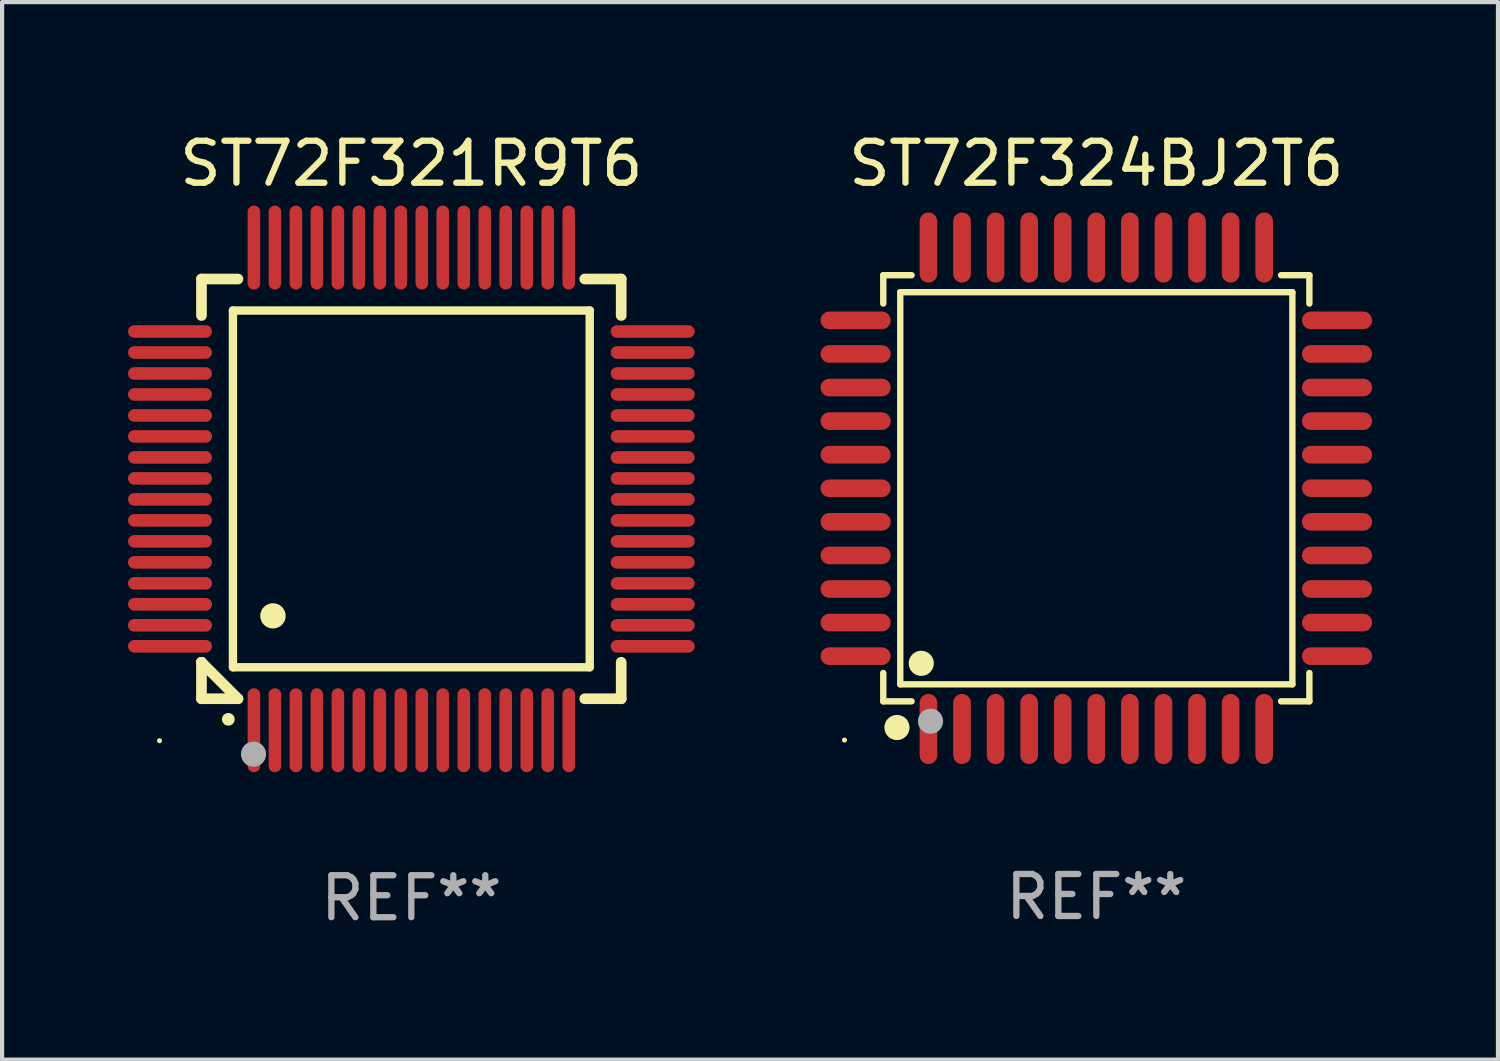
<source format=kicad_pcb>
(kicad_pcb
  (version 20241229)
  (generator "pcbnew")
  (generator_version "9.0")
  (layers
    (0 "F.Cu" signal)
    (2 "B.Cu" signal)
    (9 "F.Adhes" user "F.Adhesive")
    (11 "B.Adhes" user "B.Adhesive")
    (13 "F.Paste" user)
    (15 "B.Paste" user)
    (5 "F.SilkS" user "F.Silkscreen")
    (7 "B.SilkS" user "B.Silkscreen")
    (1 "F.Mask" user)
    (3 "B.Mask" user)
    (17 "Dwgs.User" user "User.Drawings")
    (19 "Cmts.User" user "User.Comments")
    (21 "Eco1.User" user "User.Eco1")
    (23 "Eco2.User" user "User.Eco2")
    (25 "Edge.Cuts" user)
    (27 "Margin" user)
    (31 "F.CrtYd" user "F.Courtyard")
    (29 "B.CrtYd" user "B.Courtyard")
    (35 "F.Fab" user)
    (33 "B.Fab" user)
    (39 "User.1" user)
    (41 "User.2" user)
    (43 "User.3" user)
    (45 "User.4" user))
  (footprint "ST72F321R9T6"
    (layer "F.Cu")
    (at 6.75 8.598)
    (property "Reference" "ST72F321R9T6" (at 0 -7.75 0) (layer "F.SilkS") (effects (font (size 1 1) (thickness 0.15))))
    (attr through_hole)
    (fp_line (start -5 -5) (end -4.131 -5) (stroke (width 0.254) (type solid)) (layer "F.SilkS"))
    (fp_line (start -5 -4.131) (end -5 -5) (stroke (width 0.254) (type solid)) (layer "F.SilkS"))
    (fp_line (start -5 4.131) (end -5 4.131) (stroke (width 0.254) (type solid)) (layer "F.SilkS"))
    (fp_line (start -5 5) (end -5 4.131) (stroke (width 0.254) (type solid)) (layer "F.SilkS"))
    (fp_line (start -5 4.131) (end -4.131 5) (stroke (width 0.254) (type solid)) (layer "F.SilkS"))
    (fp_line (start -4.25 -4.25) (end -4.25 4.25) (stroke (width 0.2) (type solid)) (layer "F.SilkS"))
    (fp_line (start -4.25 4.25) (end 4.25 4.25) (stroke (width 0.2) (type solid)) (layer "F.SilkS"))
    (fp_line (start -4.131 5) (end -5 5) (stroke (width 0.254) (type solid)) (layer "F.SilkS"))
    (fp_line (start 4.25 -4.25) (end -4.25 -4.25) (stroke (width 0.2) (type solid)) (layer "F.SilkS"))
    (fp_line (start 4.25 4.25) (end 4.25 -4.25) (stroke (width 0.2) (type solid)) (layer "F.SilkS"))
    (fp_line (start 5 -5) (end 4.131 -5) (stroke (width 0.254) (type solid)) (layer "F.SilkS"))
    (fp_line (start 5 -5) (end 5 -4.131) (stroke (width 0.254) (type solid)) (layer "F.SilkS"))
    (fp_line (start 5 4.131) (end 5 5) (stroke (width 0.254) (type solid)) (layer "F.SilkS"))
    (fp_line (start 5 5) (end 4.131 5) (stroke (width 0.254) (type solid)) (layer "F.SilkS"))
    (fp_arc (start -4.361265 5.489992) (mid -4.359995 5.489987) (end -4.358725 5.489992) (stroke (width 0.3) (type solid)) (layer "F.SilkS"))
    (fp_arc (start -3.299467 3.025146) (mid -3.296927 3.025135) (end -3.294387 3.025146) (stroke (width 0.6) (type solid)) (layer "F.SilkS"))
    (fp_circle (center -6 6) (end -5.97 6) (stroke (width 0.06) (type solid)) (fill no) (layer "F.SilkS"))
    (fp_circle (center -3.76 6.32) (end -3.61 6.32) (stroke (width 0.3) (type solid)) (fill no) (layer "F.Fab"))
    (fp_text user "REF**" (at 0 9.75 0) (layer "F.Fab") (effects (font (size 1 1) (thickness 0.15))))
    (pad "1" smd oval (at -3.75 5.75) (size 0.3 2) (layers "F.Cu" "F.Mask" "F.Paste"))
    (pad "2" smd oval (at -3.25 5.75) (size 0.3 2) (layers "F.Cu" "F.Mask" "F.Paste"))
    (pad "3" smd oval (at -2.75 5.75) (size 0.3 2) (layers "F.Cu" "F.Mask" "F.Paste"))
    (pad "4" smd oval (at -2.25 5.75) (size 0.3 2) (layers "F.Cu" "F.Mask" "F.Paste"))
    (pad "5" smd oval (at -1.75 5.75) (size 0.3 2) (layers "F.Cu" "F.Mask" "F.Paste"))
    (pad "6" smd oval (at -1.25 5.75) (size 0.3 2) (layers "F.Cu" "F.Mask" "F.Paste"))
    (pad "7" smd oval (at -0.75 5.75) (size 0.3 2) (layers "F.Cu" "F.Mask" "F.Paste"))
    (pad "8" smd oval (at -0.25 5.75) (size 0.3 2) (layers "F.Cu" "F.Mask" "F.Paste"))
    (pad "9" smd oval (at 0.25 5.75) (size 0.3 2) (layers "F.Cu" "F.Mask" "F.Paste"))
    (pad "10" smd oval (at 0.75 5.75) (size 0.3 2) (layers "F.Cu" "F.Mask" "F.Paste"))
    (pad "11" smd oval (at 1.25 5.75) (size 0.3 2) (layers "F.Cu" "F.Mask" "F.Paste"))
    (pad "12" smd oval (at 1.75 5.75) (size 0.3 2) (layers "F.Cu" "F.Mask" "F.Paste"))
    (pad "13" smd oval (at 2.25 5.75) (size 0.3 2) (layers "F.Cu" "F.Mask" "F.Paste"))
    (pad "14" smd oval (at 2.75 5.75) (size 0.3 2) (layers "F.Cu" "F.Mask" "F.Paste"))
    (pad "15" smd oval (at 3.25 5.75) (size 0.3 2) (layers "F.Cu" "F.Mask" "F.Paste"))
    (pad "16" smd oval (at 3.75 5.75) (size 0.3 2) (layers "F.Cu" "F.Mask" "F.Paste"))
    (pad "17" smd oval (at 5.75 3.75) (size 2 0.3) (layers "F.Cu" "F.Mask" "F.Paste"))
    (pad "18" smd oval (at 5.75 3.25) (size 2 0.3) (layers "F.Cu" "F.Mask" "F.Paste"))
    (pad "19" smd oval (at 5.75 2.75) (size 2 0.3) (layers "F.Cu" "F.Mask" "F.Paste"))
    (pad "20" smd oval (at 5.75 2.25) (size 2 0.3) (layers "F.Cu" "F.Mask" "F.Paste"))
    (pad "21" smd oval (at 5.75 1.75) (size 2 0.3) (layers "F.Cu" "F.Mask" "F.Paste"))
    (pad "22" smd oval (at 5.75 1.25) (size 2 0.3) (layers "F.Cu" "F.Mask" "F.Paste"))
    (pad "23" smd oval (at 5.75 0.75) (size 2 0.3) (layers "F.Cu" "F.Mask" "F.Paste"))
    (pad "24" smd oval (at 5.75 0.25) (size 2 0.3) (layers "F.Cu" "F.Mask" "F.Paste"))
    (pad "25" smd oval (at 5.75 -0.25) (size 2 0.3) (layers "F.Cu" "F.Mask" "F.Paste"))
    (pad "26" smd oval (at 5.75 -0.75) (size 2 0.3) (layers "F.Cu" "F.Mask" "F.Paste"))
    (pad "27" smd oval (at 5.75 -1.25) (size 2 0.3) (layers "F.Cu" "F.Mask" "F.Paste"))
    (pad "28" smd oval (at 5.75 -1.75) (size 2 0.3) (layers "F.Cu" "F.Mask" "F.Paste"))
    (pad "29" smd oval (at 5.75 -2.25) (size 2 0.3) (layers "F.Cu" "F.Mask" "F.Paste"))
    (pad "30" smd oval (at 5.75 -2.75) (size 2 0.3) (layers "F.Cu" "F.Mask" "F.Paste"))
    (pad "31" smd oval (at 5.75 -3.25) (size 2 0.3) (layers "F.Cu" "F.Mask" "F.Paste"))
    (pad "32" smd oval (at 5.75 -3.75) (size 2 0.3) (layers "F.Cu" "F.Mask" "F.Paste"))
    (pad "33" smd oval (at 3.75 -5.75) (size 0.3 2) (layers "F.Cu" "F.Mask" "F.Paste"))
    (pad "34" smd oval (at 3.25 -5.75) (size 0.3 2) (layers "F.Cu" "F.Mask" "F.Paste"))
    (pad "35" smd oval (at 2.75 -5.75) (size 0.3 2) (layers "F.Cu" "F.Mask" "F.Paste"))
    (pad "36" smd oval (at 2.25 -5.75) (size 0.3 2) (layers "F.Cu" "F.Mask" "F.Paste"))
    (pad "37" smd oval (at 1.75 -5.75) (size 0.3 2) (layers "F.Cu" "F.Mask" "F.Paste"))
    (pad "38" smd oval (at 1.25 -5.75) (size 0.3 2) (layers "F.Cu" "F.Mask" "F.Paste"))
    (pad "39" smd oval (at 0.75 -5.75) (size 0.3 2) (layers "F.Cu" "F.Mask" "F.Paste"))
    (pad "40" smd oval (at 0.25 -5.75) (size 0.3 2) (layers "F.Cu" "F.Mask" "F.Paste"))
    (pad "41" smd oval (at -0.25 -5.75) (size 0.3 2) (layers "F.Cu" "F.Mask" "F.Paste"))
    (pad "42" smd oval (at -0.75 -5.75) (size 0.3 2) (layers "F.Cu" "F.Mask" "F.Paste"))
    (pad "43" smd oval (at -1.25 -5.75) (size 0.3 2) (layers "F.Cu" "F.Mask" "F.Paste"))
    (pad "44" smd oval (at -1.75 -5.75) (size 0.3 2) (layers "F.Cu" "F.Mask" "F.Paste"))
    (pad "45" smd oval (at -2.25 -5.75) (size 0.3 2) (layers "F.Cu" "F.Mask" "F.Paste"))
    (pad "46" smd oval (at -2.75 -5.75) (size 0.3 2) (layers "F.Cu" "F.Mask" "F.Paste"))
    (pad "47" smd oval (at -3.25 -5.75) (size 0.3 2) (layers "F.Cu" "F.Mask" "F.Paste"))
    (pad "48" smd oval (at -3.75 -5.75) (size 0.3 2) (layers "F.Cu" "F.Mask" "F.Paste"))
    (pad "49" smd oval (at -5.75 -3.75) (size 2 0.3) (layers "F.Cu" "F.Mask" "F.Paste"))
    (pad "50" smd oval (at -5.75 -3.25) (size 2 0.3) (layers "F.Cu" "F.Mask" "F.Paste"))
    (pad "51" smd oval (at -5.75 -2.75) (size 2 0.3) (layers "F.Cu" "F.Mask" "F.Paste"))
    (pad "52" smd oval (at -5.75 -2.25) (size 2 0.3) (layers "F.Cu" "F.Mask" "F.Paste"))
    (pad "53" smd oval (at -5.75 -1.75) (size 2 0.3) (layers "F.Cu" "F.Mask" "F.Paste"))
    (pad "54" smd oval (at -5.75 -1.25) (size 2 0.3) (layers "F.Cu" "F.Mask" "F.Paste"))
    (pad "55" smd oval (at -5.75 -0.75) (size 2 0.3) (layers "F.Cu" "F.Mask" "F.Paste"))
    (pad "56" smd oval (at -5.75 -0.25) (size 2 0.3) (layers "F.Cu" "F.Mask" "F.Paste"))
    (pad "57" smd oval (at -5.75 0.25) (size 2 0.3) (layers "F.Cu" "F.Mask" "F.Paste"))
    (pad "58" smd oval (at -5.75 0.75) (size 2 0.3) (layers "F.Cu" "F.Mask" "F.Paste"))
    (pad "59" smd oval (at -5.75 1.25) (size 2 0.3) (layers "F.Cu" "F.Mask" "F.Paste"))
    (pad "60" smd oval (at -5.75 1.75) (size 2 0.3) (layers "F.Cu" "F.Mask" "F.Paste"))
    (pad "61" smd oval (at -5.75 2.25) (size 2 0.3) (layers "F.Cu" "F.Mask" "F.Paste"))
    (pad "62" smd oval (at -5.75 2.75) (size 2 0.3) (layers "F.Cu" "F.Mask" "F.Paste"))
    (pad "63" smd oval (at -5.75 3.25) (size 2 0.3) (layers "F.Cu" "F.Mask" "F.Paste"))
    (pad "64" smd oval (at -5.75 3.75) (size 2 0.3) (layers "F.Cu" "F.Mask" "F.Paste")))
  (footprint "ST72F324BJ2T6"
    (layer "F.Cu")
    (at 23.07 8.583)
    (property "Reference" "ST72F324BJ2T6" (at 0 -7.735 0) (layer "F.SilkS") (effects (font (size 1 1) (thickness 0.15))))
    (attr through_hole)
    (fp_line (start -5.076 -5.076) (end -4.401 -5.076) (stroke (width 0.152) (type solid)) (layer "F.SilkS"))
    (fp_line (start -5.076 -4.401) (end -5.076 -5.076) (stroke (width 0.152) (type solid)) (layer "F.SilkS"))
    (fp_line (start -5.076 4.401) (end -5.076 5.076) (stroke (width 0.152) (type solid)) (layer "F.SilkS"))
    (fp_line (start -5.076 5.076) (end -4.401 5.076) (stroke (width 0.152) (type solid)) (layer "F.SilkS"))
    (fp_line (start -4.671 -4.671) (end 4.671 -4.671) (stroke (width 0.152) (type solid)) (layer "F.SilkS"))
    (fp_line (start -4.671 4.671) (end -4.671 -4.671) (stroke (width 0.152) (type solid)) (layer "F.SilkS"))
    (fp_line (start 4.671 -4.671) (end 4.671 4.671) (stroke (width 0.152) (type solid)) (layer "F.SilkS"))
    (fp_line (start 4.671 4.671) (end -4.671 4.671) (stroke (width 0.152) (type solid)) (layer "F.SilkS"))
    (fp_line (start 5.076 -5.076) (end 4.401 -5.076) (stroke (width 0.152) (type solid)) (layer "F.SilkS"))
    (fp_line (start 5.076 -4.401) (end 5.076 -5.076) (stroke (width 0.152) (type solid)) (layer "F.SilkS"))
    (fp_line (start 5.076 4.401) (end 5.076 5.076) (stroke (width 0.152) (type solid)) (layer "F.SilkS"))
    (fp_line (start 5.076 5.076) (end 4.401 5.076) (stroke (width 0.152) (type solid)) (layer "F.SilkS"))
    (fp_circle (center -6 6) (end -5.97 6) (stroke (width 0.06) (type solid)) (fill no) (layer "F.SilkS"))
    (fp_circle (center -4.75 5.7) (end -4.6 5.7) (stroke (width 0.3) (type solid)) (fill no) (layer "F.SilkS"))
    (fp_circle (center -4.171 4.171) (end -4.021 4.171) (stroke (width 0.3) (type solid)) (fill no) (layer "F.SilkS"))
    (fp_circle (center -3.95 5.55) (end -3.8 5.55) (stroke (width 0.3) (type solid)) (fill no) (layer "F.Fab"))
    (fp_text user "REF**" (at 0 9.735 0) (layer "F.Fab") (effects (font (size 1 1) (thickness 0.15))))
    (pad "1" smd oval (at -4 5.735) (size 0.42 1.67) (layers "F.Cu" "F.Mask" "F.Paste"))
    (pad "2" smd oval (at -3.2 5.735) (size 0.42 1.67) (layers "F.Cu" "F.Mask" "F.Paste"))
    (pad "3" smd oval (at -2.4 5.735) (size 0.42 1.67) (layers "F.Cu" "F.Mask" "F.Paste"))
    (pad "4" smd oval (at -1.6 5.735) (size 0.42 1.67) (layers "F.Cu" "F.Mask" "F.Paste"))
    (pad "5" smd oval (at -0.8 5.735) (size 0.42 1.67) (layers "F.Cu" "F.Mask" "F.Paste"))
    (pad "6" smd oval (at 0 5.735) (size 0.42 1.67) (layers "F.Cu" "F.Mask" "F.Paste"))
    (pad "7" smd oval (at 0.8 5.735) (size 0.42 1.67) (layers "F.Cu" "F.Mask" "F.Paste"))
    (pad "8" smd oval (at 1.6 5.735) (size 0.42 1.67) (layers "F.Cu" "F.Mask" "F.Paste"))
    (pad "9" smd oval (at 2.4 5.735) (size 0.42 1.67) (layers "F.Cu" "F.Mask" "F.Paste"))
    (pad "10" smd oval (at 3.2 5.735) (size 0.42 1.67) (layers "F.Cu" "F.Mask" "F.Paste"))
    (pad "11" smd oval (at 4 5.735) (size 0.42 1.67) (layers "F.Cu" "F.Mask" "F.Paste"))
    (pad "12" smd oval (at 5.735 4) (size 1.67 0.42) (layers "F.Cu" "F.Mask" "F.Paste"))
    (pad "13" smd oval (at 5.735 3.2) (size 1.67 0.42) (layers "F.Cu" "F.Mask" "F.Paste"))
    (pad "14" smd oval (at 5.735 2.4) (size 1.67 0.42) (layers "F.Cu" "F.Mask" "F.Paste"))
    (pad "15" smd oval (at 5.735 1.6) (size 1.67 0.42) (layers "F.Cu" "F.Mask" "F.Paste"))
    (pad "16" smd oval (at 5.735 0.8) (size 1.67 0.42) (layers "F.Cu" "F.Mask" "F.Paste"))
    (pad "17" smd oval (at 5.735 0) (size 1.67 0.42) (layers "F.Cu" "F.Mask" "F.Paste"))
    (pad "18" smd oval (at 5.735 -0.8) (size 1.67 0.42) (layers "F.Cu" "F.Mask" "F.Paste"))
    (pad "19" smd oval (at 5.735 -1.6) (size 1.67 0.42) (layers "F.Cu" "F.Mask" "F.Paste"))
    (pad "20" smd oval (at 5.735 -2.4) (size 1.67 0.42) (layers "F.Cu" "F.Mask" "F.Paste"))
    (pad "21" smd oval (at 5.735 -3.2) (size 1.67 0.42) (layers "F.Cu" "F.Mask" "F.Paste"))
    (pad "22" smd oval (at 5.735 -4) (size 1.67 0.42) (layers "F.Cu" "F.Mask" "F.Paste"))
    (pad "23" smd oval (at 4 -5.735) (size 0.42 1.67) (layers "F.Cu" "F.Mask" "F.Paste"))
    (pad "24" smd oval (at 3.2 -5.735) (size 0.42 1.67) (layers "F.Cu" "F.Mask" "F.Paste"))
    (pad "25" smd oval (at 2.4 -5.735) (size 0.42 1.67) (layers "F.Cu" "F.Mask" "F.Paste"))
    (pad "26" smd oval (at 1.6 -5.735) (size 0.42 1.67) (layers "F.Cu" "F.Mask" "F.Paste"))
    (pad "27" smd oval (at 0.8 -5.735) (size 0.42 1.67) (layers "F.Cu" "F.Mask" "F.Paste"))
    (pad "28" smd oval (at 0 -5.735) (size 0.42 1.67) (layers "F.Cu" "F.Mask" "F.Paste"))
    (pad "29" smd oval (at -0.8 -5.735) (size 0.42 1.67) (layers "F.Cu" "F.Mask" "F.Paste"))
    (pad "30" smd oval (at -1.6 -5.735) (size 0.42 1.67) (layers "F.Cu" "F.Mask" "F.Paste"))
    (pad "31" smd oval (at -2.4 -5.735) (size 0.42 1.67) (layers "F.Cu" "F.Mask" "F.Paste"))
    (pad "32" smd oval (at -3.2 -5.735) (size 0.42 1.67) (layers "F.Cu" "F.Mask" "F.Paste"))
    (pad "33" smd oval (at -4 -5.735) (size 0.42 1.67) (layers "F.Cu" "F.Mask" "F.Paste"))
    (pad "34" smd oval (at -5.735 -4) (size 1.67 0.42) (layers "F.Cu" "F.Mask" "F.Paste"))
    (pad "35" smd oval (at -5.735 -3.2) (size 1.67 0.42) (layers "F.Cu" "F.Mask" "F.Paste"))
    (pad "36" smd oval (at -5.735 -2.4) (size 1.67 0.42) (layers "F.Cu" "F.Mask" "F.Paste"))
    (pad "37" smd oval (at -5.735 -1.6) (size 1.67 0.42) (layers "F.Cu" "F.Mask" "F.Paste"))
    (pad "38" smd oval (at -5.735 -0.8) (size 1.67 0.42) (layers "F.Cu" "F.Mask" "F.Paste"))
    (pad "39" smd oval (at -5.735 0) (size 1.67 0.42) (layers "F.Cu" "F.Mask" "F.Paste"))
    (pad "40" smd oval (at -5.735 0.8) (size 1.67 0.42) (layers "F.Cu" "F.Mask" "F.Paste"))
    (pad "41" smd oval (at -5.735 1.6) (size 1.67 0.42) (layers "F.Cu" "F.Mask" "F.Paste"))
    (pad "42" smd oval (at -5.735 2.4) (size 1.67 0.42) (layers "F.Cu" "F.Mask" "F.Paste"))
    (pad "43" smd oval (at -5.735 3.2) (size 1.67 0.42) (layers "F.Cu" "F.Mask" "F.Paste"))
    (pad "44" smd oval (at -5.735 4) (size 1.67 0.42) (layers "F.Cu" "F.Mask" "F.Paste")))
  (gr_rect
    (start -3 -3)
    (end 32.64 22.196)
    (stroke (width 0.1) (type default))
    (fill no)
    (layer "Edge.Cuts")))
</source>
